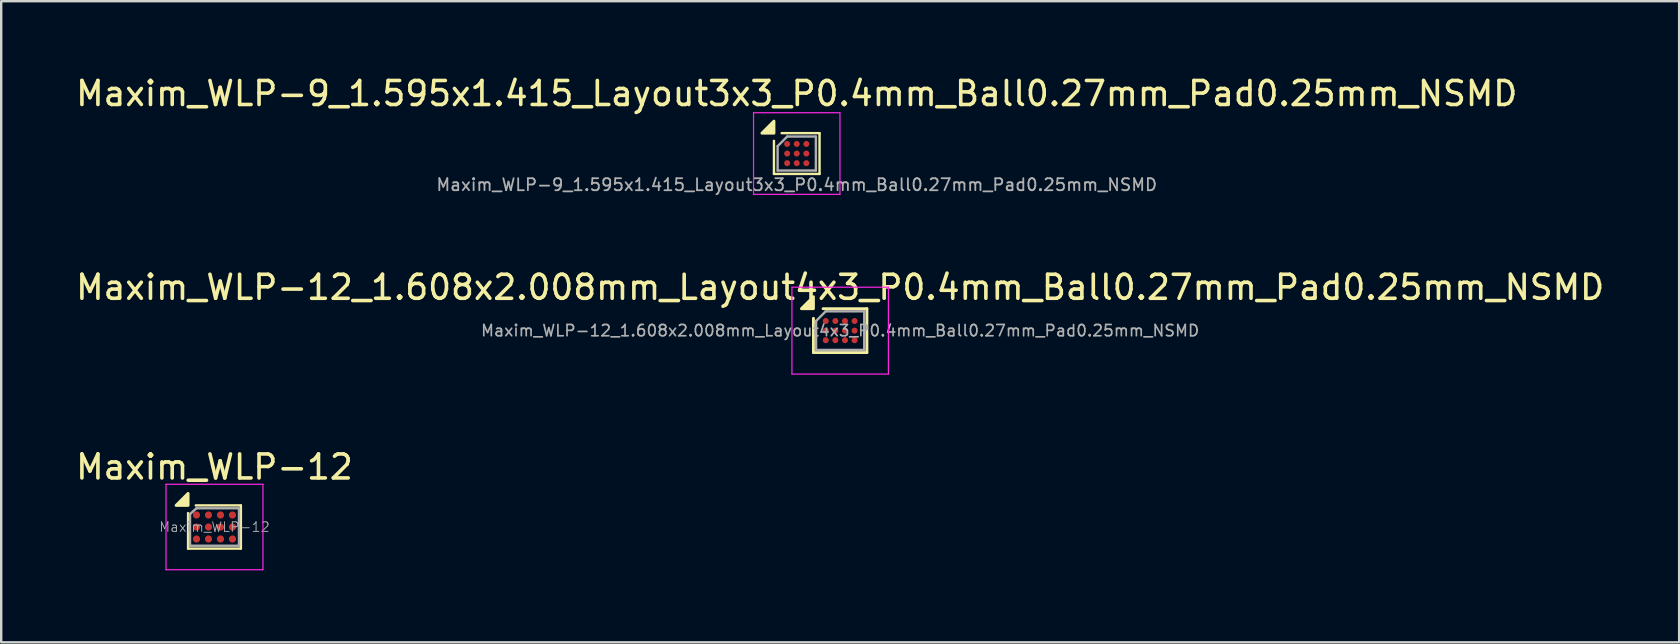
<source format=kicad_pcb>
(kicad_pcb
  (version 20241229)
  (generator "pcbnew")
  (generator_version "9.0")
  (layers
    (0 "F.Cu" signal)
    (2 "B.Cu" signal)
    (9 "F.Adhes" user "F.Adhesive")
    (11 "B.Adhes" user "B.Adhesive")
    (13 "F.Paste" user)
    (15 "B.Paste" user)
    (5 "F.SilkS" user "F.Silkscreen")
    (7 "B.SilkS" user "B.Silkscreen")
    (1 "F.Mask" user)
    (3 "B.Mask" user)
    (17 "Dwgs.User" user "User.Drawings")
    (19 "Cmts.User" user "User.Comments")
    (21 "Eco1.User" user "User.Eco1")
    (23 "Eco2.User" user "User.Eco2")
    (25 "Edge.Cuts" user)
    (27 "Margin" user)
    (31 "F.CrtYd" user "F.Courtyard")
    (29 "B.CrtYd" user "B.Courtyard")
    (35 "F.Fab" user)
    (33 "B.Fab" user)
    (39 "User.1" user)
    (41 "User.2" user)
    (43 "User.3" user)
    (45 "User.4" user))
  (footprint "Maxim_WLP-12_1.608x2.008mm_Layout4x3_P0.4mm_Ball0.27mm_Pad0.25mm_NSMD"
    (layer "F.Cu")
    (at 31.958 10.726)
    (property "Reference" "Maxim_WLP-12_1.608x2.008mm_Layout4x3_P0.4mm_Ball0.27mm_Pad0.25mm_NSMD" (at 0 -1.804 0) (layer "F.SilkS") (effects (font (size 1 1) (thickness 0.15))))
    (attr smd)
    (fp_line (start -1.114 0.914) (end -1.114 -0.512) (stroke (width 0.12) (type solid)) (layer "F.SilkS"))
    (fp_line (start -0.712 -0.914) (end 1.114 -0.914) (stroke (width 0.12) (type solid)) (layer "F.SilkS"))
    (fp_line (start 1.114 -0.914) (end 1.114 0.914) (stroke (width 0.12) (type solid)) (layer "F.SilkS"))
    (fp_line (start 1.114 0.914) (end -1.114 0.914) (stroke (width 0.12) (type solid)) (layer "F.SilkS"))
    (fp_poly (pts (xy -1.114 -0.914) (xy -1.614 -0.914) (xy -1.114 -1.414) (xy -1.114 -0.914)) (stroke (width 0.12) (type solid)) (fill yes) (layer "F.SilkS"))
    (fp_line (start -2.01 -1.81) (end -2.01 1.81) (stroke (width 0.05) (type solid)) (layer "F.CrtYd"))
    (fp_line (start -2.01 1.81) (end 2.01 1.81) (stroke (width 0.05) (type solid)) (layer "F.CrtYd"))
    (fp_line (start 2.01 -1.81) (end -2.01 -1.81) (stroke (width 0.05) (type solid)) (layer "F.CrtYd"))
    (fp_line (start 2.01 1.81) (end 2.01 -1.81) (stroke (width 0.05) (type solid)) (layer "F.CrtYd"))
    (fp_line (start -1.004 -0.402) (end -0.602 -0.804) (stroke (width 0.1) (type solid)) (layer "F.Fab"))
    (fp_line (start -1.004 0.804) (end -1.004 -0.402) (stroke (width 0.1) (type solid)) (layer "F.Fab"))
    (fp_line (start -0.602 -0.804) (end 1.004 -0.804) (stroke (width 0.1) (type solid)) (layer "F.Fab"))
    (fp_line (start 1.004 -0.804) (end 1.004 0.804) (stroke (width 0.1) (type solid)) (layer "F.Fab"))
    (fp_line (start 1.004 0.804) (end -1.004 0.804) (stroke (width 0.1) (type solid)) (layer "F.Fab"))
    (fp_text user "${REFERENCE}" (at 0 0 0) (layer "F.Fab") (effects (font (size 0.47 0.47) (thickness 0.07))))
    (pad "A1" smd circle (at -0.6 -0.4) (size 0.25 0.25) (property pad_prop_bga) (layers "F.Cu" "F.Mask" "F.Paste"))
    (pad "A2" smd circle (at -0.2 -0.4) (size 0.25 0.25) (property pad_prop_bga) (layers "F.Cu" "F.Mask" "F.Paste"))
    (pad "A3" smd circle (at 0.2 -0.4) (size 0.25 0.25) (property pad_prop_bga) (layers "F.Cu" "F.Mask" "F.Paste"))
    (pad "A4" smd circle (at 0.6 -0.4) (size 0.25 0.25) (property pad_prop_bga) (layers "F.Cu" "F.Mask" "F.Paste"))
    (pad "B1" smd circle (at -0.6 0) (size 0.25 0.25) (property pad_prop_bga) (layers "F.Cu" "F.Mask" "F.Paste"))
    (pad "B2" smd circle (at -0.2 0) (size 0.25 0.25) (property pad_prop_bga) (layers "F.Cu" "F.Mask" "F.Paste"))
    (pad "B3" smd circle (at 0.2 0) (size 0.25 0.25) (property pad_prop_bga) (layers "F.Cu" "F.Mask" "F.Paste"))
    (pad "B4" smd circle (at 0.6 0) (size 0.25 0.25) (property pad_prop_bga) (layers "F.Cu" "F.Mask" "F.Paste"))
    (pad "C1" smd circle (at -0.6 0.4) (size 0.25 0.25) (property pad_prop_bga) (layers "F.Cu" "F.Mask" "F.Paste"))
    (pad "C2" smd circle (at -0.2 0.4) (size 0.25 0.25) (property pad_prop_bga) (layers "F.Cu" "F.Mask" "F.Paste"))
    (pad "C3" smd circle (at 0.2 0.4) (size 0.25 0.25) (property pad_prop_bga) (layers "F.Cu" "F.Mask" "F.Paste"))
    (pad "C4" smd circle (at 0.6 0.4) (size 0.25 0.25) (property pad_prop_bga) (layers "F.Cu" "F.Mask" "F.Paste")))
  (footprint "Maxim_WLP-9_1.595x1.415_Layout3x3_P0.4mm_Ball0.27mm_Pad0.25mm_NSMD"
    (layer "F.Cu")
    (at 30.149 3.348)
    (property "Reference" "Maxim_WLP-9_1.595x1.415_Layout3x3_P0.4mm_Ball0.27mm_Pad0.25mm_NSMD" (at 0 -2.5 0) (layer "F.SilkS") (effects (font (size 1 1) (thickness 0.15))))
    (attr smd)
    (fp_line (start -0.95 -0.53) (end -0.95 0.85) (stroke (width 0.1) (type solid)) (layer "F.SilkS"))
    (fp_line (start -0.95 0.85) (end 0.95 0.85) (stroke (width 0.1) (type solid)) (layer "F.SilkS"))
    (fp_line (start -0.63 -0.85) (end 0.95 -0.85) (stroke (width 0.1) (type solid)) (layer "F.SilkS"))
    (fp_line (start 0.95 -0.85) (end 0.95 0.85) (stroke (width 0.1) (type solid)) (layer "F.SilkS"))
    (fp_poly (pts (xy -0.95 -0.85) (xy -1.45 -0.85) (xy -0.95 -1.35) (xy -0.95 -0.85)) (stroke (width 0.12) (type solid)) (fill yes) (layer "F.SilkS"))
    (fp_line (start -1.8 -1.7) (end 1.8 -1.7) (stroke (width 0.05) (type solid)) (layer "F.CrtYd"))
    (fp_line (start -1.8 1.7) (end -1.8 -1.7) (stroke (width 0.05) (type solid)) (layer "F.CrtYd"))
    (fp_line (start -1.8 1.7) (end 1.8 1.7) (stroke (width 0.05) (type solid)) (layer "F.CrtYd"))
    (fp_line (start 1.8 -1.7) (end 1.8 1.7) (stroke (width 0.05) (type solid)) (layer "F.CrtYd"))
    (fp_line (start -0.797 -0.307) (end -0.797 0.708) (stroke (width 0.1) (type solid)) (layer "F.Fab"))
    (fp_line (start -0.797 0.708) (end 0.797 0.708) (stroke (width 0.1) (type solid)) (layer "F.Fab"))
    (fp_line (start -0.398 -0.708) (end -0.797 -0.307) (stroke (width 0.1) (type solid)) (layer "F.Fab"))
    (fp_line (start -0.398 -0.708) (end 0.797 -0.708) (stroke (width 0.1) (type solid)) (layer "F.Fab"))
    (fp_line (start 0.797 -0.708) (end 0.797 0.708) (stroke (width 0.1) (type solid)) (layer "F.Fab"))
    (fp_text user "${REFERENCE}" (at 0 1.3 0) (layer "F.Fab") (effects (font (size 0.5 0.5) (thickness 0.075))))
    (pad "A1" smd circle (at -0.4 -0.4 90) (size 0.25 0.25) (property pad_prop_bga) (layers "F.Cu" "F.Mask" "F.Paste"))
    (pad "A2" smd circle (at 0 -0.4 90) (size 0.25 0.25) (property pad_prop_bga) (layers "F.Cu" "F.Mask" "F.Paste"))
    (pad "A3" smd circle (at 0.4 -0.4 90) (size 0.25 0.25) (property pad_prop_bga) (layers "F.Cu" "F.Mask" "F.Paste"))
    (pad "B1" smd circle (at -0.4 0 90) (size 0.25 0.25) (property pad_prop_bga) (layers "F.Cu" "F.Mask" "F.Paste"))
    (pad "B2" smd circle (at 0 0 90) (size 0.25 0.25) (property pad_prop_bga) (layers "F.Cu" "F.Mask" "F.Paste"))
    (pad "B3" smd circle (at 0.4 0 90) (size 0.25 0.25) (property pad_prop_bga) (layers "F.Cu" "F.Mask" "F.Paste"))
    (pad "C1" smd circle (at -0.4 0.4 90) (size 0.25 0.25) (property pad_prop_bga) (layers "F.Cu" "F.Mask" "F.Paste"))
    (pad "C2" smd circle (at 0 0.4 90) (size 0.25 0.25) (property pad_prop_bga) (layers "F.Cu" "F.Mask" "F.Paste"))
    (pad "C3" smd circle (at 0.4 0.4 90) (size 0.25 0.25) (property pad_prop_bga) (layers "F.Cu" "F.Mask" "F.Paste")))
  (footprint "Maxim_WLP-12"
    (layer "F.Cu")
    (at 5.887 18.909)
    (property "Reference" "Maxim_WLP-12" (at 0 -2.5 0) (layer "F.SilkS") (effects (font (size 1 1) (thickness 0.15))))
    (attr smd)
    (fp_line (start -1.1 -0.58) (end -1.1 0.9) (stroke (width 0.1) (type solid)) (layer "F.SilkS"))
    (fp_line (start -0.78 -0.9) (end 1.1 -0.9) (stroke (width 0.1) (type solid)) (layer "F.SilkS"))
    (fp_line (start 1.1 0.9) (end -1.1 0.9) (stroke (width 0.1) (type solid)) (layer "F.SilkS"))
    (fp_line (start 1.1 0.9) (end 1.1 -0.9) (stroke (width 0.1) (type solid)) (layer "F.SilkS"))
    (fp_poly (pts (xy -1.1 -0.9) (xy -1.6 -0.9) (xy -1.1 -1.4) (xy -1.1 -0.9)) (stroke (width 0.12) (type solid)) (fill yes) (layer "F.SilkS"))
    (fp_line (start -2.02 -1.78) (end 2.02 -1.78) (stroke (width 0.05) (type solid)) (layer "F.CrtYd"))
    (fp_line (start -2.02 1.78) (end -2.02 -1.78) (stroke (width 0.05) (type solid)) (layer "F.CrtYd"))
    (fp_line (start -2.02 1.78) (end 2.02 1.78) (stroke (width 0.05) (type solid)) (layer "F.CrtYd"))
    (fp_line (start 2.02 -1.78) (end 2.02 1.78) (stroke (width 0.05) (type solid)) (layer "F.CrtYd"))
    (fp_line (start -1.02 0.78) (end -1.02 -0.54) (stroke (width 0.1) (type solid)) (layer "F.Fab"))
    (fp_line (start -1.02 0.78) (end 1.02 0.78) (stroke (width 0.1) (type solid)) (layer "F.Fab"))
    (fp_line (start -0.75 -0.78) (end -1.02 -0.54) (stroke (width 0.1) (type solid)) (layer "F.Fab"))
    (fp_line (start 1.02 -0.78) (end -0.75 -0.78) (stroke (width 0.1) (type solid)) (layer "F.Fab"))
    (fp_line (start 1.02 -0.78) (end 1.02 0.78) (stroke (width 0.1) (type solid)) (layer "F.Fab"))
    (fp_text user "${REFERENCE}" (at 0 0 0) (layer "F.Fab") (effects (font (size 0.4 0.4) (thickness 0.04))))
    (pad "A1" smd circle (at -0.75 -0.5 90) (size 0.3 0.3) (property pad_prop_bga) (layers "F.Cu" "F.Mask" "F.Paste"))
    (pad "A2" smd circle (at -0.25 -0.5 90) (size 0.3 0.3) (property pad_prop_bga) (layers "F.Cu" "F.Mask" "F.Paste"))
    (pad "A3" smd circle (at 0.25 -0.5 90) (size 0.3 0.3) (property pad_prop_bga) (layers "F.Cu" "F.Mask" "F.Paste"))
    (pad "A4" smd circle (at 0.75 -0.5 90) (size 0.3 0.3) (property pad_prop_bga) (layers "F.Cu" "F.Mask" "F.Paste"))
    (pad "B1" smd circle (at -0.75 0 90) (size 0.3 0.3) (property pad_prop_bga) (layers "F.Cu" "F.Mask" "F.Paste"))
    (pad "B2" smd circle (at -0.25 0 90) (size 0.3 0.3) (property pad_prop_bga) (layers "F.Cu" "F.Mask" "F.Paste"))
    (pad "B3" smd circle (at 0.25 0 90) (size 0.3 0.3) (property pad_prop_bga) (layers "F.Cu" "F.Mask" "F.Paste"))
    (pad "B4" smd circle (at 0.75 0 90) (size 0.3 0.3) (property pad_prop_bga) (layers "F.Cu" "F.Mask" "F.Paste"))
    (pad "C1" smd circle (at -0.75 0.5 90) (size 0.3 0.3) (property pad_prop_bga) (layers "F.Cu" "F.Mask" "F.Paste"))
    (pad "C2" smd circle (at -0.25 0.5 90) (size 0.3 0.3) (property pad_prop_bga) (layers "F.Cu" "F.Mask" "F.Paste"))
    (pad "C3" smd circle (at 0.25 0.5 90) (size 0.3 0.3) (property pad_prop_bga) (layers "F.Cu" "F.Mask" "F.Paste"))
    (pad "C4" smd circle (at 0.75 0.5 90) (size 0.3 0.3) (property pad_prop_bga) (layers "F.Cu" "F.Mask" "F.Paste")))
  (gr_rect
    (start -3 -3)
    (end 66.917 23.714)
    (stroke (width 0.1) (type default))
    (fill no)
    (layer "Edge.Cuts")))
</source>
